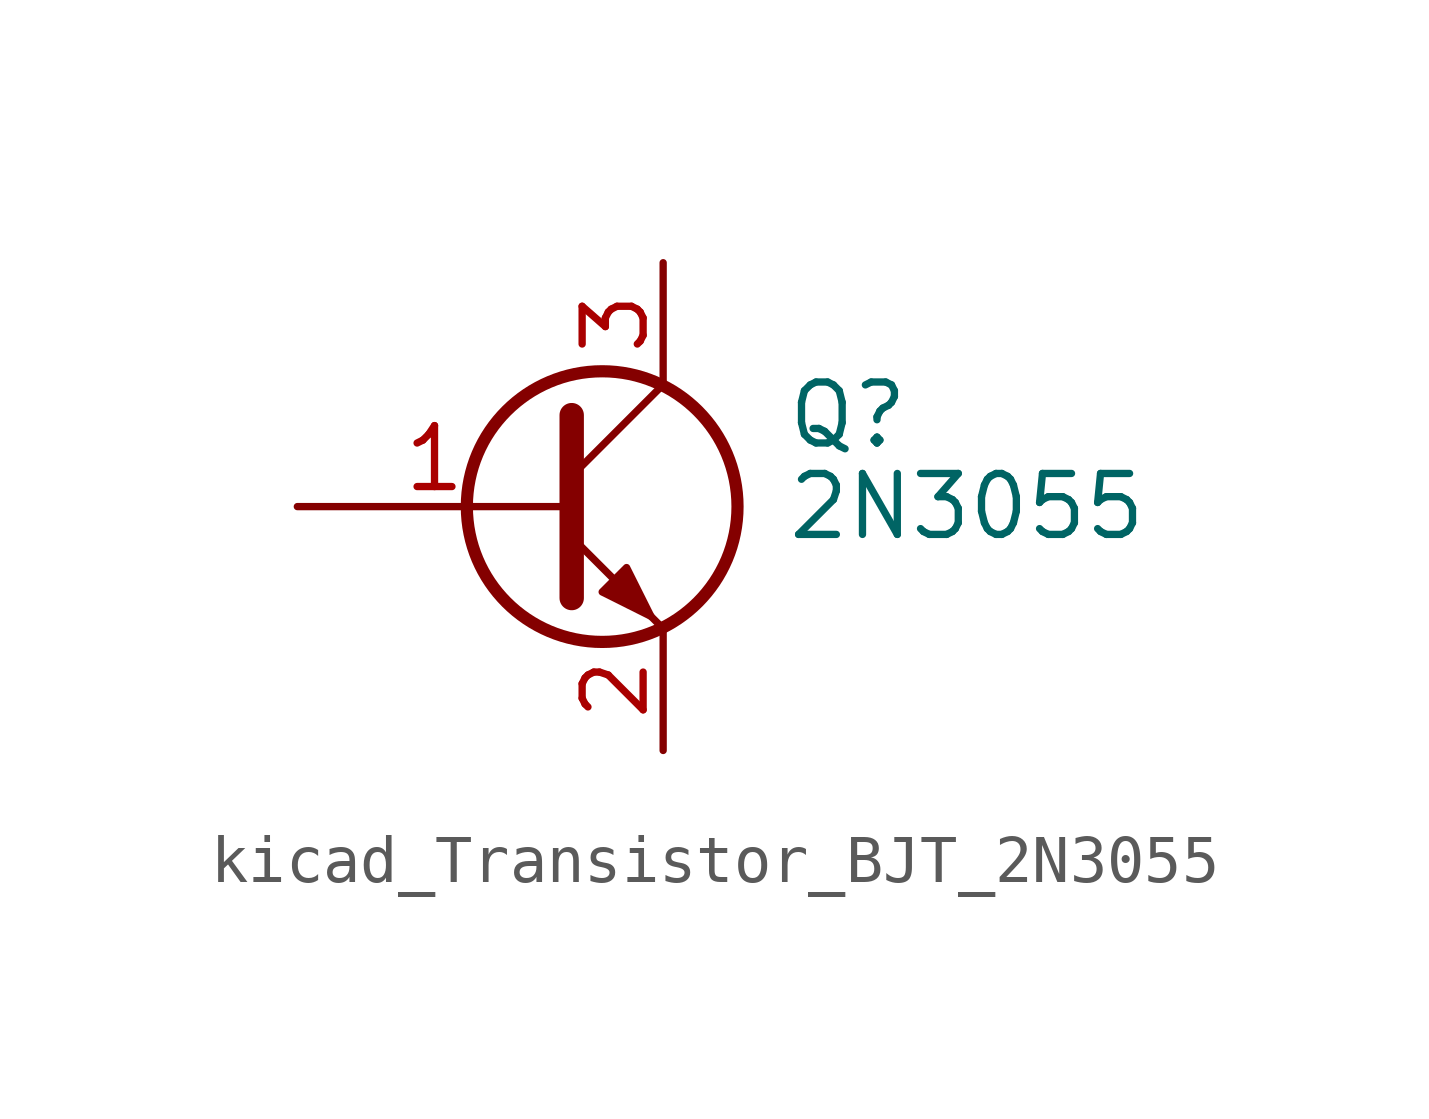
<source format=kicad_sym>
(kicad_symbol_lib
  (version 20220914)
  (generator kicad_symbol_editor)
  (symbol "kicad_Transistor_BJT_2N3055"
    (pin_names
      (offset 0) hide)
    (property "Reference" "Q"
      (at 5.08 1.905 0)
      (effects (font (size 1.27 1.27)) (justify left)))
    (property "Value" "2N3055"
      (at 5.08 0 0)
      (effects (font (size 1.27 1.27)) (justify left)))
    (symbol "kicad_Transistor_BJT_2N3055_0_1"
      (polyline (pts (xy 0.635 0.635) (xy 2.54 2.54)) (stroke (width 0) (type default)) (fill (type none)))
      (polyline (pts (xy 0.635 -0.635) (xy 2.54 -2.54) (xy 2.54 -2.54)) (stroke (width 0) (type default)) (fill (type none)))
      (polyline (pts (xy 0.635 1.905) (xy 0.635 -1.905) (xy 0.635 -1.905)) (stroke (width 0.508) (type default)) (fill (type none)))
      (polyline (pts (xy 1.27 -1.778) (xy 1.778 -1.27) (xy 2.286 -2.286) (xy 1.27 -1.778) (xy 1.27 -1.778)) (stroke (width 0) (type default)) (fill (type outline)))
      (circle (center 1.27 0) (radius 2.819) (stroke (width 0.254) (type default)) (fill (type none))))
    (symbol "kicad_Transistor_BJT_2N3055_1_1"
      (pin input line (at -5.08 0 0) (length 5.715) (name "B" (effects (font (size 1.27 1.27)))) (number "1" (effects (font (size 1.27 1.27)))))
      (pin passive line (at 2.54 -5.08 90) (length 2.54) (name "E" (effects (font (size 1.27 1.27)))) (number "2" (effects (font (size 1.27 1.27)))))
      (pin passive line (at 2.54 5.08 270) (length 2.54) (name "C" (effects (font (size 1.27 1.27)))) (number "3" (effects (font (size 1.27 1.27))))))))
</source>
